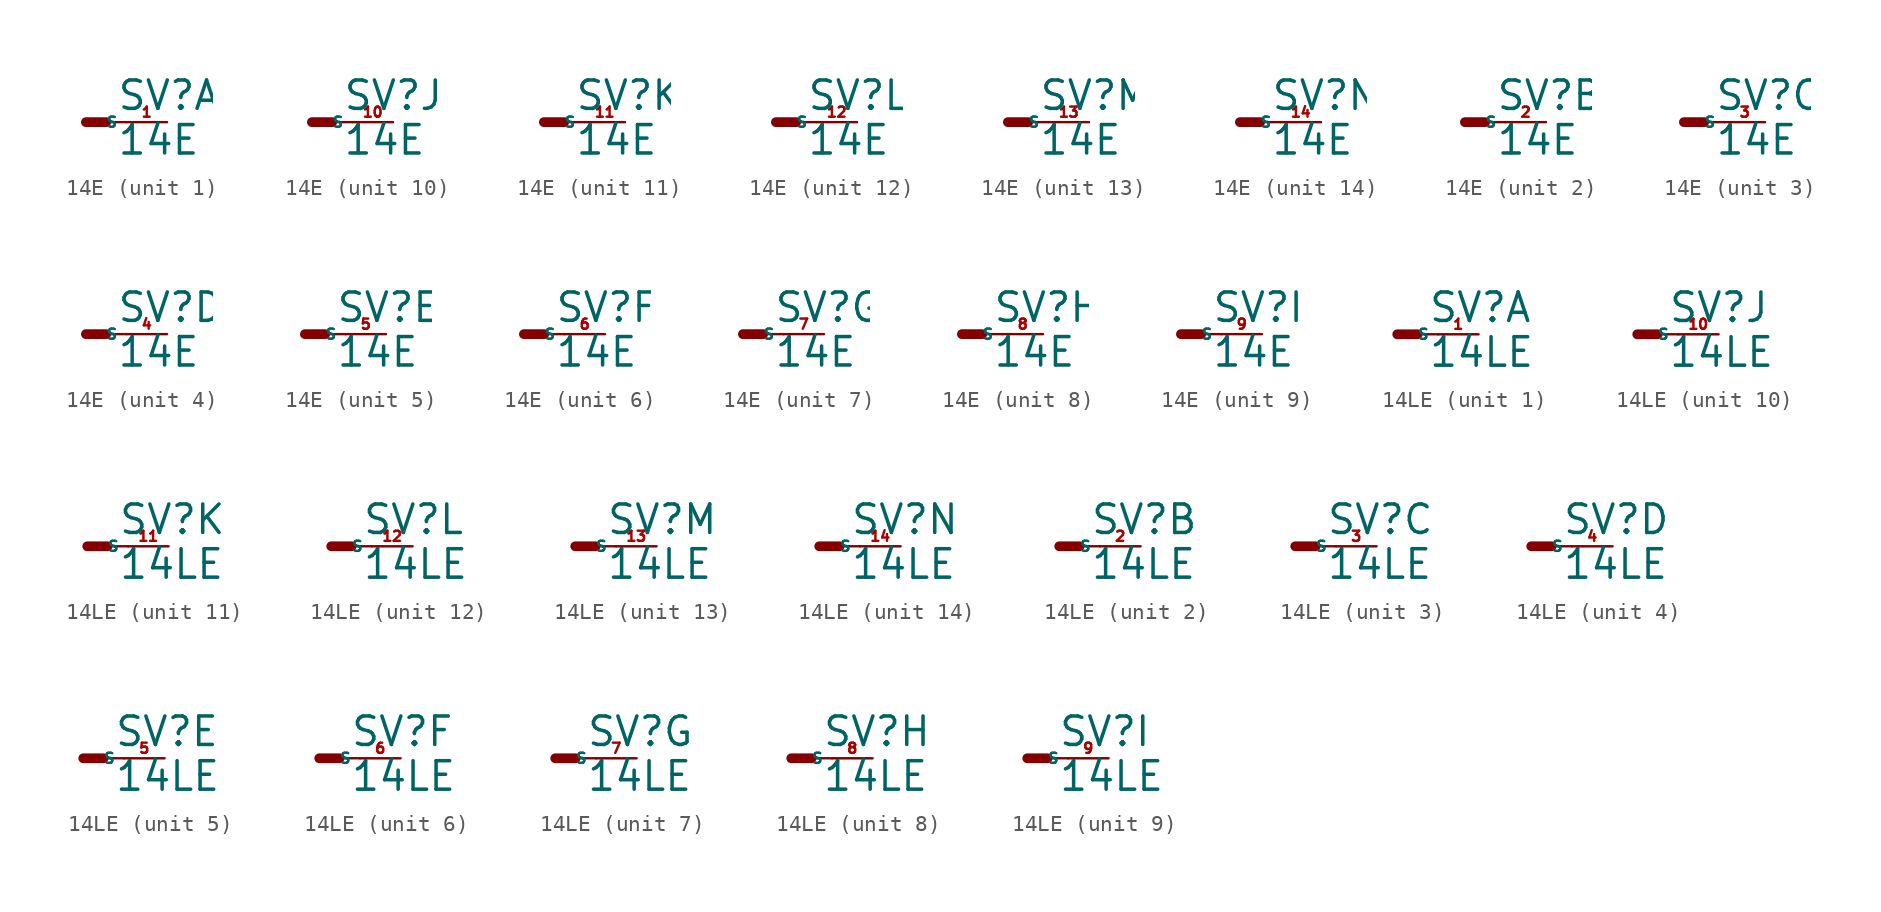
<source format=kicad_sym>
(kicad_symbol_lib
  (version 20220914)
  (generator Eagle2Kicad)
  (symbol "14E"
    (property "Reference" "SV"
      (at 1.905 0.635 0)
      (effects (font (size 1.778 1.778) (thickness 0.22)) (justify left bottom)))
    (property "Value" "14E"
      (at 1.905 -2.159 0)
      (effects (font (size 1.778 1.778) (thickness 0.22)) (justify left bottom)))
    (symbol "14E_1_0"
      (polyline (pts (xy 0 0) (xy 1.27 0)) (stroke (width 0.61) (type default)) (fill (type none)))
      (polyline (pts (xy 2.54 0) (xy 1.27 0)) (stroke (width 0.152) (type default)) (fill (type none)))
      (pin passive line (at 5.08 0 180) (length 2.54) (name "S" (effects (font (size 0.635 0.635) (thickness 0.08)) (justify left bottom))) (number "1" (effects (font (size 0.635 0.635) (thickness 0.08)) (justify left bottom)))))
    (symbol "14E_2_0"
      (polyline (pts (xy 0 0) (xy 1.27 0)) (stroke (width 0.61) (type default)) (fill (type none)))
      (polyline (pts (xy 2.54 0) (xy 1.27 0)) (stroke (width 0.152) (type default)) (fill (type none)))
      (pin passive line (at 5.08 0 180) (length 2.54) (name "S" (effects (font (size 0.635 0.635) (thickness 0.08)) (justify left bottom))) (number "2" (effects (font (size 0.635 0.635) (thickness 0.08)) (justify left bottom)))))
    (symbol "14E_3_0"
      (polyline (pts (xy 0 0) (xy 1.27 0)) (stroke (width 0.61) (type default)) (fill (type none)))
      (polyline (pts (xy 2.54 0) (xy 1.27 0)) (stroke (width 0.152) (type default)) (fill (type none)))
      (pin passive line (at 5.08 0 180) (length 2.54) (name "S" (effects (font (size 0.635 0.635) (thickness 0.08)) (justify left bottom))) (number "3" (effects (font (size 0.635 0.635) (thickness 0.08)) (justify left bottom)))))
    (symbol "14E_4_0"
      (polyline (pts (xy 0 0) (xy 1.27 0)) (stroke (width 0.61) (type default)) (fill (type none)))
      (polyline (pts (xy 2.54 0) (xy 1.27 0)) (stroke (width 0.152) (type default)) (fill (type none)))
      (pin passive line (at 5.08 0 180) (length 2.54) (name "S" (effects (font (size 0.635 0.635) (thickness 0.08)) (justify left bottom))) (number "4" (effects (font (size 0.635 0.635) (thickness 0.08)) (justify left bottom)))))
    (symbol "14E_5_0"
      (polyline (pts (xy 0 0) (xy 1.27 0)) (stroke (width 0.61) (type default)) (fill (type none)))
      (polyline (pts (xy 2.54 0) (xy 1.27 0)) (stroke (width 0.152) (type default)) (fill (type none)))
      (pin passive line (at 5.08 0 180) (length 2.54) (name "S" (effects (font (size 0.635 0.635) (thickness 0.08)) (justify left bottom))) (number "5" (effects (font (size 0.635 0.635) (thickness 0.08)) (justify left bottom)))))
    (symbol "14E_6_0"
      (polyline (pts (xy 0 0) (xy 1.27 0)) (stroke (width 0.61) (type default)) (fill (type none)))
      (polyline (pts (xy 2.54 0) (xy 1.27 0)) (stroke (width 0.152) (type default)) (fill (type none)))
      (pin passive line (at 5.08 0 180) (length 2.54) (name "S" (effects (font (size 0.635 0.635) (thickness 0.08)) (justify left bottom))) (number "6" (effects (font (size 0.635 0.635) (thickness 0.08)) (justify left bottom)))))
    (symbol "14E_7_0"
      (polyline (pts (xy 0 0) (xy 1.27 0)) (stroke (width 0.61) (type default)) (fill (type none)))
      (polyline (pts (xy 2.54 0) (xy 1.27 0)) (stroke (width 0.152) (type default)) (fill (type none)))
      (pin passive line (at 5.08 0 180) (length 2.54) (name "S" (effects (font (size 0.635 0.635) (thickness 0.08)) (justify left bottom))) (number "7" (effects (font (size 0.635 0.635) (thickness 0.08)) (justify left bottom)))))
    (symbol "14E_8_0"
      (polyline (pts (xy 0 0) (xy 1.27 0)) (stroke (width 0.61) (type default)) (fill (type none)))
      (polyline (pts (xy 2.54 0) (xy 1.27 0)) (stroke (width 0.152) (type default)) (fill (type none)))
      (pin passive line (at 5.08 0 180) (length 2.54) (name "S" (effects (font (size 0.635 0.635) (thickness 0.08)) (justify left bottom))) (number "8" (effects (font (size 0.635 0.635) (thickness 0.08)) (justify left bottom)))))
    (symbol "14E_9_0"
      (polyline (pts (xy 0 0) (xy 1.27 0)) (stroke (width 0.61) (type default)) (fill (type none)))
      (polyline (pts (xy 2.54 0) (xy 1.27 0)) (stroke (width 0.152) (type default)) (fill (type none)))
      (pin passive line (at 5.08 0 180) (length 2.54) (name "S" (effects (font (size 0.635 0.635) (thickness 0.08)) (justify left bottom))) (number "9" (effects (font (size 0.635 0.635) (thickness 0.08)) (justify left bottom)))))
    (symbol "14E_10_0"
      (polyline (pts (xy 0 0) (xy 1.27 0)) (stroke (width 0.61) (type default)) (fill (type none)))
      (polyline (pts (xy 2.54 0) (xy 1.27 0)) (stroke (width 0.152) (type default)) (fill (type none)))
      (pin passive line (at 5.08 0 180) (length 2.54) (name "S" (effects (font (size 0.635 0.635) (thickness 0.08)) (justify left bottom))) (number "10" (effects (font (size 0.635 0.635) (thickness 0.08)) (justify left bottom)))))
    (symbol "14E_11_0"
      (polyline (pts (xy 0 0) (xy 1.27 0)) (stroke (width 0.61) (type default)) (fill (type none)))
      (polyline (pts (xy 2.54 0) (xy 1.27 0)) (stroke (width 0.152) (type default)) (fill (type none)))
      (pin passive line (at 5.08 0 180) (length 2.54) (name "S" (effects (font (size 0.635 0.635) (thickness 0.08)) (justify left bottom))) (number "11" (effects (font (size 0.635 0.635) (thickness 0.08)) (justify left bottom)))))
    (symbol "14E_12_0"
      (polyline (pts (xy 0 0) (xy 1.27 0)) (stroke (width 0.61) (type default)) (fill (type none)))
      (polyline (pts (xy 2.54 0) (xy 1.27 0)) (stroke (width 0.152) (type default)) (fill (type none)))
      (pin passive line (at 5.08 0 180) (length 2.54) (name "S" (effects (font (size 0.635 0.635) (thickness 0.08)) (justify left bottom))) (number "12" (effects (font (size 0.635 0.635) (thickness 0.08)) (justify left bottom)))))
    (symbol "14E_13_0"
      (polyline (pts (xy 0 0) (xy 1.27 0)) (stroke (width 0.61) (type default)) (fill (type none)))
      (polyline (pts (xy 2.54 0) (xy 1.27 0)) (stroke (width 0.152) (type default)) (fill (type none)))
      (pin passive line (at 5.08 0 180) (length 2.54) (name "S" (effects (font (size 0.635 0.635) (thickness 0.08)) (justify left bottom))) (number "13" (effects (font (size 0.635 0.635) (thickness 0.08)) (justify left bottom)))))
    (symbol "14E_14_0"
      (polyline (pts (xy 0 0) (xy 1.27 0)) (stroke (width 0.61) (type default)) (fill (type none)))
      (polyline (pts (xy 2.54 0) (xy 1.27 0)) (stroke (width 0.152) (type default)) (fill (type none)))
      (pin passive line (at 5.08 0 180) (length 2.54) (name "S" (effects (font (size 0.635 0.635) (thickness 0.08)) (justify left bottom))) (number "14" (effects (font (size 0.635 0.635) (thickness 0.08)) (justify left bottom))))))
  (symbol "14LE"
    (property "Reference" "SV"
      (at 1.905 0.635 0)
      (effects (font (size 1.778 1.778) (thickness 0.22)) (justify left bottom)))
    (property "Value" "14LE"
      (at 1.905 -2.159 0)
      (effects (font (size 1.778 1.778) (thickness 0.22)) (justify left bottom)))
    (symbol "14LE_1_0"
      (polyline (pts (xy 0 0) (xy 1.27 0)) (stroke (width 0.61) (type default)) (fill (type none)))
      (polyline (pts (xy 2.54 0) (xy 1.27 0)) (stroke (width 0.152) (type default)) (fill (type none)))
      (pin passive line (at 5.08 0 180) (length 2.54) (name "S" (effects (font (size 0.635 0.635) (thickness 0.08)) (justify left bottom))) (number "1" (effects (font (size 0.635 0.635) (thickness 0.08)) (justify left bottom)))))
    (symbol "14LE_2_0"
      (polyline (pts (xy 0 0) (xy 1.27 0)) (stroke (width 0.61) (type default)) (fill (type none)))
      (polyline (pts (xy 2.54 0) (xy 1.27 0)) (stroke (width 0.152) (type default)) (fill (type none)))
      (pin passive line (at 5.08 0 180) (length 2.54) (name "S" (effects (font (size 0.635 0.635) (thickness 0.08)) (justify left bottom))) (number "2" (effects (font (size 0.635 0.635) (thickness 0.08)) (justify left bottom)))))
    (symbol "14LE_3_0"
      (polyline (pts (xy 0 0) (xy 1.27 0)) (stroke (width 0.61) (type default)) (fill (type none)))
      (polyline (pts (xy 2.54 0) (xy 1.27 0)) (stroke (width 0.152) (type default)) (fill (type none)))
      (pin passive line (at 5.08 0 180) (length 2.54) (name "S" (effects (font (size 0.635 0.635) (thickness 0.08)) (justify left bottom))) (number "3" (effects (font (size 0.635 0.635) (thickness 0.08)) (justify left bottom)))))
    (symbol "14LE_4_0"
      (polyline (pts (xy 0 0) (xy 1.27 0)) (stroke (width 0.61) (type default)) (fill (type none)))
      (polyline (pts (xy 2.54 0) (xy 1.27 0)) (stroke (width 0.152) (type default)) (fill (type none)))
      (pin passive line (at 5.08 0 180) (length 2.54) (name "S" (effects (font (size 0.635 0.635) (thickness 0.08)) (justify left bottom))) (number "4" (effects (font (size 0.635 0.635) (thickness 0.08)) (justify left bottom)))))
    (symbol "14LE_5_0"
      (polyline (pts (xy 0 0) (xy 1.27 0)) (stroke (width 0.61) (type default)) (fill (type none)))
      (polyline (pts (xy 2.54 0) (xy 1.27 0)) (stroke (width 0.152) (type default)) (fill (type none)))
      (pin passive line (at 5.08 0 180) (length 2.54) (name "S" (effects (font (size 0.635 0.635) (thickness 0.08)) (justify left bottom))) (number "5" (effects (font (size 0.635 0.635) (thickness 0.08)) (justify left bottom)))))
    (symbol "14LE_6_0"
      (polyline (pts (xy 0 0) (xy 1.27 0)) (stroke (width 0.61) (type default)) (fill (type none)))
      (polyline (pts (xy 2.54 0) (xy 1.27 0)) (stroke (width 0.152) (type default)) (fill (type none)))
      (pin passive line (at 5.08 0 180) (length 2.54) (name "S" (effects (font (size 0.635 0.635) (thickness 0.08)) (justify left bottom))) (number "6" (effects (font (size 0.635 0.635) (thickness 0.08)) (justify left bottom)))))
    (symbol "14LE_7_0"
      (polyline (pts (xy 0 0) (xy 1.27 0)) (stroke (width 0.61) (type default)) (fill (type none)))
      (polyline (pts (xy 2.54 0) (xy 1.27 0)) (stroke (width 0.152) (type default)) (fill (type none)))
      (pin passive line (at 5.08 0 180) (length 2.54) (name "S" (effects (font (size 0.635 0.635) (thickness 0.08)) (justify left bottom))) (number "7" (effects (font (size 0.635 0.635) (thickness 0.08)) (justify left bottom)))))
    (symbol "14LE_8_0"
      (polyline (pts (xy 0 0) (xy 1.27 0)) (stroke (width 0.61) (type default)) (fill (type none)))
      (polyline (pts (xy 2.54 0) (xy 1.27 0)) (stroke (width 0.152) (type default)) (fill (type none)))
      (pin passive line (at 5.08 0 180) (length 2.54) (name "S" (effects (font (size 0.635 0.635) (thickness 0.08)) (justify left bottom))) (number "8" (effects (font (size 0.635 0.635) (thickness 0.08)) (justify left bottom)))))
    (symbol "14LE_9_0"
      (polyline (pts (xy 0 0) (xy 1.27 0)) (stroke (width 0.61) (type default)) (fill (type none)))
      (polyline (pts (xy 2.54 0) (xy 1.27 0)) (stroke (width 0.152) (type default)) (fill (type none)))
      (pin passive line (at 5.08 0 180) (length 2.54) (name "S" (effects (font (size 0.635 0.635) (thickness 0.08)) (justify left bottom))) (number "9" (effects (font (size 0.635 0.635) (thickness 0.08)) (justify left bottom)))))
    (symbol "14LE_10_0"
      (polyline (pts (xy 0 0) (xy 1.27 0)) (stroke (width 0.61) (type default)) (fill (type none)))
      (polyline (pts (xy 2.54 0) (xy 1.27 0)) (stroke (width 0.152) (type default)) (fill (type none)))
      (pin passive line (at 5.08 0 180) (length 2.54) (name "S" (effects (font (size 0.635 0.635) (thickness 0.08)) (justify left bottom))) (number "10" (effects (font (size 0.635 0.635) (thickness 0.08)) (justify left bottom)))))
    (symbol "14LE_11_0"
      (polyline (pts (xy 0 0) (xy 1.27 0)) (stroke (width 0.61) (type default)) (fill (type none)))
      (polyline (pts (xy 2.54 0) (xy 1.27 0)) (stroke (width 0.152) (type default)) (fill (type none)))
      (pin passive line (at 5.08 0 180) (length 2.54) (name "S" (effects (font (size 0.635 0.635) (thickness 0.08)) (justify left bottom))) (number "11" (effects (font (size 0.635 0.635) (thickness 0.08)) (justify left bottom)))))
    (symbol "14LE_12_0"
      (polyline (pts (xy 0 0) (xy 1.27 0)) (stroke (width 0.61) (type default)) (fill (type none)))
      (polyline (pts (xy 2.54 0) (xy 1.27 0)) (stroke (width 0.152) (type default)) (fill (type none)))
      (pin passive line (at 5.08 0 180) (length 2.54) (name "S" (effects (font (size 0.635 0.635) (thickness 0.08)) (justify left bottom))) (number "12" (effects (font (size 0.635 0.635) (thickness 0.08)) (justify left bottom)))))
    (symbol "14LE_13_0"
      (polyline (pts (xy 0 0) (xy 1.27 0)) (stroke (width 0.61) (type default)) (fill (type none)))
      (polyline (pts (xy 2.54 0) (xy 1.27 0)) (stroke (width 0.152) (type default)) (fill (type none)))
      (pin passive line (at 5.08 0 180) (length 2.54) (name "S" (effects (font (size 0.635 0.635) (thickness 0.08)) (justify left bottom))) (number "13" (effects (font (size 0.635 0.635) (thickness 0.08)) (justify left bottom)))))
    (symbol "14LE_14_0"
      (polyline (pts (xy 0 0) (xy 1.27 0)) (stroke (width 0.61) (type default)) (fill (type none)))
      (polyline (pts (xy 2.54 0) (xy 1.27 0)) (stroke (width 0.152) (type default)) (fill (type none)))
      (pin passive line (at 5.08 0 180) (length 2.54) (name "S" (effects (font (size 0.635 0.635) (thickness 0.08)) (justify left bottom))) (number "14" (effects (font (size 0.635 0.635) (thickness 0.08)) (justify left bottom)))))))
</source>
